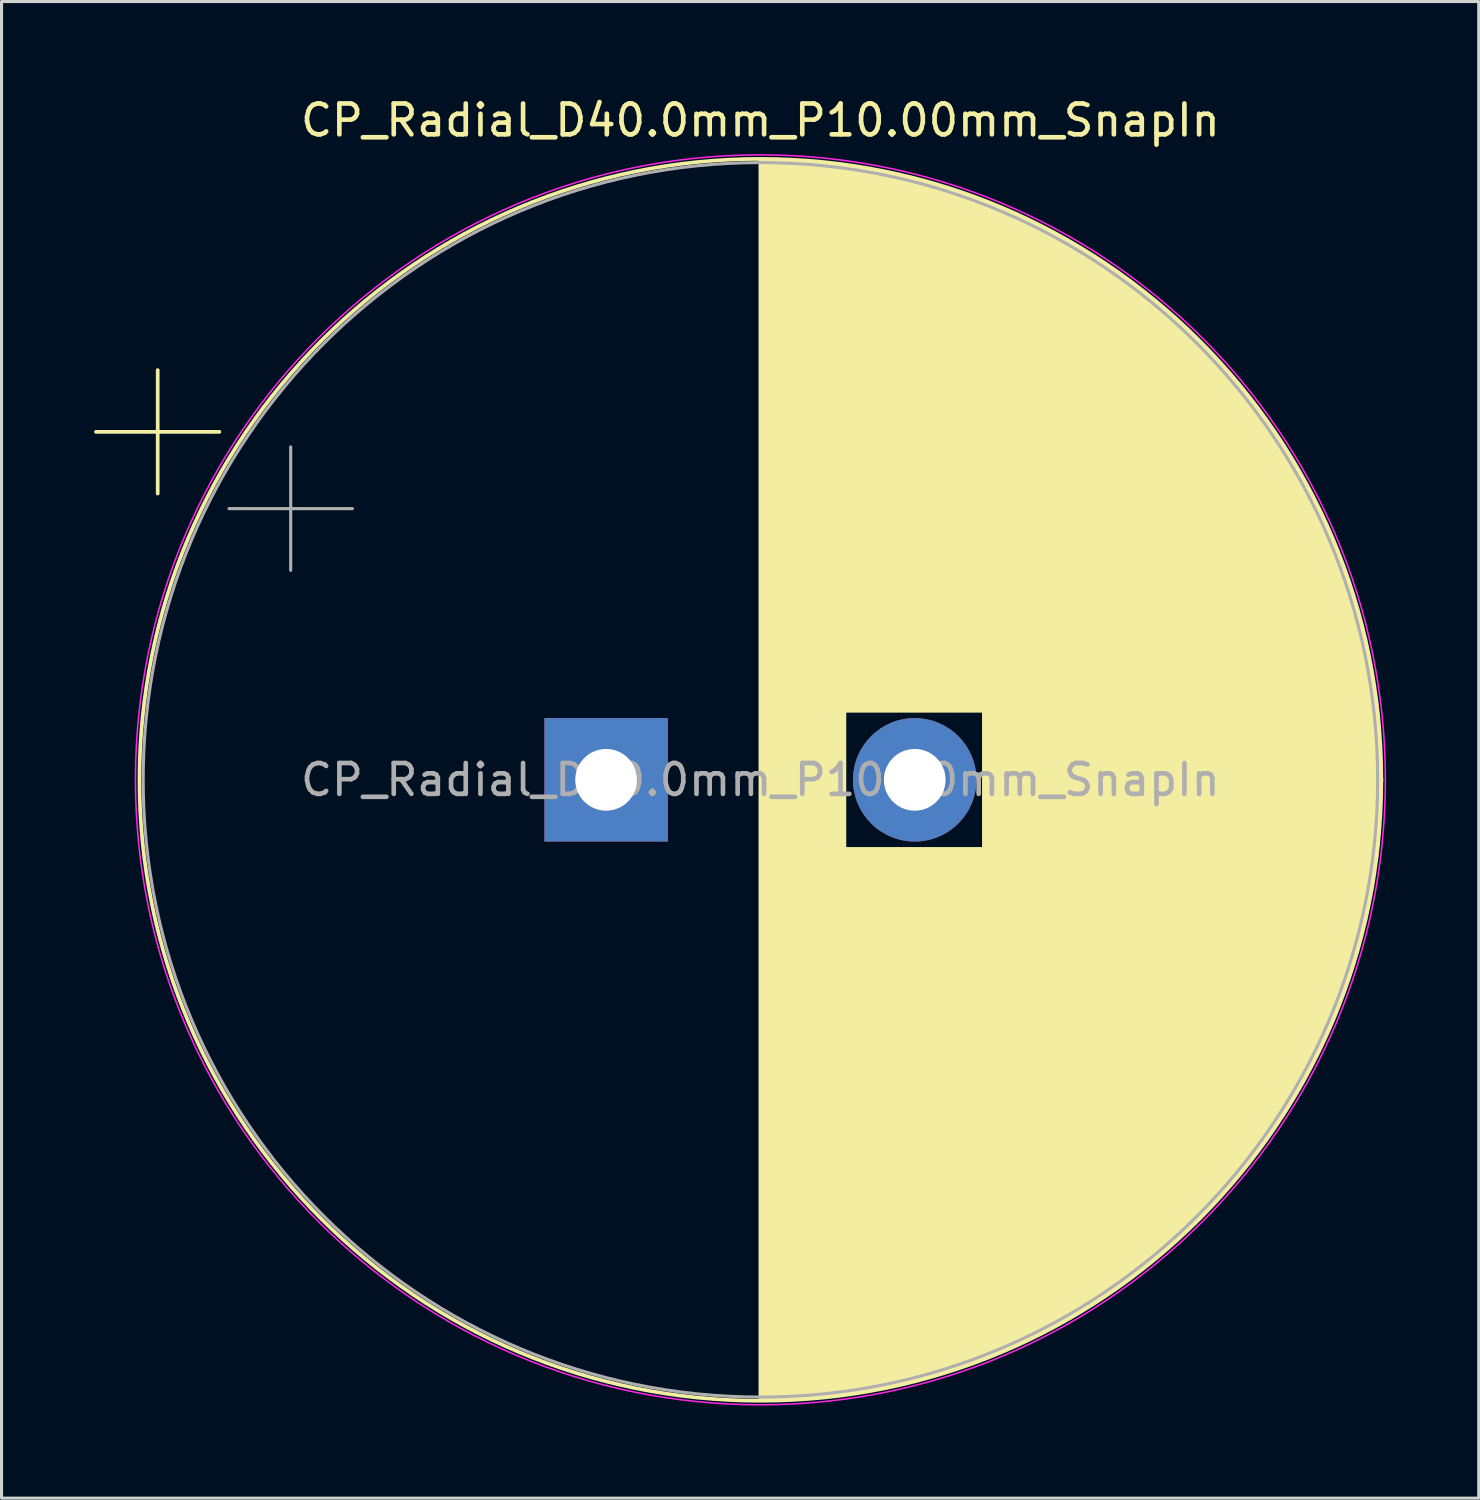
<source format=kicad_pcb>
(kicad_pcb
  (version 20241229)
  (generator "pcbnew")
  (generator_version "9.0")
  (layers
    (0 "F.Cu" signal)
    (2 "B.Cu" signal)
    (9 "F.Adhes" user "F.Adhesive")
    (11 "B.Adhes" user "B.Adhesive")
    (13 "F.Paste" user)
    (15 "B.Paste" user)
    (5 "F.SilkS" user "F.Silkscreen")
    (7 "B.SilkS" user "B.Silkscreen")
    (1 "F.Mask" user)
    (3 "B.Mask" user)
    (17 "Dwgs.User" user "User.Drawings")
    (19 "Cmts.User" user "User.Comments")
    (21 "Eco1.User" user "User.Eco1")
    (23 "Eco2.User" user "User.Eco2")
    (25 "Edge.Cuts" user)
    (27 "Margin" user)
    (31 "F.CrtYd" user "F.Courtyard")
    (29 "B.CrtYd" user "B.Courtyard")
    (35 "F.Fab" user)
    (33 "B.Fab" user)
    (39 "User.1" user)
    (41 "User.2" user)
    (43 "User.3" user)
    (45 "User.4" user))
  (footprint "CP_Radial_D40.0mm_P10.00mm_SnapIn"
    (layer "F.Cu")
    (at 16.589 22.218)
    (property "Reference" "CP_Radial_D40.0mm_P10.00mm_SnapIn" (at 5 -21.37 0) (layer "F.SilkS") (effects (font (size 1 1) (thickness 0.15))))
    (attr through_hole)
    (fp_line (start -16.529 -11.275) (end -12.529 -11.275) (stroke (width 0.12) (type solid)) (layer "F.SilkS"))
    (fp_line (start -14.529 -13.275) (end -14.529 -9.275) (stroke (width 0.12) (type solid)) (layer "F.SilkS"))
    (fp_line (start 5 -20.08) (end 5 20.08) (stroke (width 0.12) (type solid)) (layer "F.SilkS"))
    (fp_line (start 5.04 -20.08) (end 5.04 20.08) (stroke (width 0.12) (type solid)) (layer "F.SilkS"))
    (fp_line (start 5.08 -20.08) (end 5.08 20.08) (stroke (width 0.12) (type solid)) (layer "F.SilkS"))
    (fp_line (start 5.12 -20.08) (end 5.12 20.08) (stroke (width 0.12) (type solid)) (layer "F.SilkS"))
    (fp_line (start 5.16 -20.08) (end 5.16 20.08) (stroke (width 0.12) (type solid)) (layer "F.SilkS"))
    (fp_line (start 5.2 -20.08) (end 5.2 20.08) (stroke (width 0.12) (type solid)) (layer "F.SilkS"))
    (fp_line (start 5.24 -20.079) (end 5.24 20.079) (stroke (width 0.12) (type solid)) (layer "F.SilkS"))
    (fp_line (start 5.28 -20.079) (end 5.28 20.079) (stroke (width 0.12) (type solid)) (layer "F.SilkS"))
    (fp_line (start 5.32 -20.078) (end 5.32 20.078) (stroke (width 0.12) (type solid)) (layer "F.SilkS"))
    (fp_line (start 5.36 -20.077) (end 5.36 20.077) (stroke (width 0.12) (type solid)) (layer "F.SilkS"))
    (fp_line (start 5.4 -20.077) (end 5.4 20.077) (stroke (width 0.12) (type solid)) (layer "F.SilkS"))
    (fp_line (start 5.44 -20.076) (end 5.44 20.076) (stroke (width 0.12) (type solid)) (layer "F.SilkS"))
    (fp_line (start 5.48 -20.075) (end 5.48 20.075) (stroke (width 0.12) (type solid)) (layer "F.SilkS"))
    (fp_line (start 5.52 -20.074) (end 5.52 20.074) (stroke (width 0.12) (type solid)) (layer "F.SilkS"))
    (fp_line (start 5.56 -20.073) (end 5.56 20.073) (stroke (width 0.12) (type solid)) (layer "F.SilkS"))
    (fp_line (start 5.6 -20.072) (end 5.6 20.072) (stroke (width 0.12) (type solid)) (layer "F.SilkS"))
    (fp_line (start 5.64 -20.07) (end 5.64 20.07) (stroke (width 0.12) (type solid)) (layer "F.SilkS"))
    (fp_line (start 5.68 -20.069) (end 5.68 20.069) (stroke (width 0.12) (type solid)) (layer "F.SilkS"))
    (fp_line (start 5.721 -20.068) (end 5.721 20.068) (stroke (width 0.12) (type solid)) (layer "F.SilkS"))
    (fp_line (start 5.761 -20.066) (end 5.761 20.066) (stroke (width 0.12) (type solid)) (layer "F.SilkS"))
    (fp_line (start 5.801 -20.065) (end 5.801 20.065) (stroke (width 0.12) (type solid)) (layer "F.SilkS"))
    (fp_line (start 5.841 -20.063) (end 5.841 20.063) (stroke (width 0.12) (type solid)) (layer "F.SilkS"))
    (fp_line (start 5.881 -20.061) (end 5.881 20.061) (stroke (width 0.12) (type solid)) (layer "F.SilkS"))
    (fp_line (start 5.921 -20.059) (end 5.921 20.059) (stroke (width 0.12) (type solid)) (layer "F.SilkS"))
    (fp_line (start 5.961 -20.058) (end 5.961 20.058) (stroke (width 0.12) (type solid)) (layer "F.SilkS"))
    (fp_line (start 6.001 -20.056) (end 6.001 20.056) (stroke (width 0.12) (type solid)) (layer "F.SilkS"))
    (fp_line (start 6.041 -20.054) (end 6.041 20.054) (stroke (width 0.12) (type solid)) (layer "F.SilkS"))
    (fp_line (start 6.081 -20.051) (end 6.081 20.051) (stroke (width 0.12) (type solid)) (layer "F.SilkS"))
    (fp_line (start 6.121 -20.049) (end 6.121 20.049) (stroke (width 0.12) (type solid)) (layer "F.SilkS"))
    (fp_line (start 6.161 -20.047) (end 6.161 20.047) (stroke (width 0.12) (type solid)) (layer "F.SilkS"))
    (fp_line (start 6.201 -20.045) (end 6.201 20.045) (stroke (width 0.12) (type solid)) (layer "F.SilkS"))
    (fp_line (start 6.241 -20.042) (end 6.241 20.042) (stroke (width 0.12) (type solid)) (layer "F.SilkS"))
    (fp_line (start 6.281 -20.04) (end 6.281 20.04) (stroke (width 0.12) (type solid)) (layer "F.SilkS"))
    (fp_line (start 6.321 -20.037) (end 6.321 20.037) (stroke (width 0.12) (type solid)) (layer "F.SilkS"))
    (fp_line (start 6.361 -20.034) (end 6.361 20.034) (stroke (width 0.12) (type solid)) (layer "F.SilkS"))
    (fp_line (start 6.401 -20.032) (end 6.401 20.032) (stroke (width 0.12) (type solid)) (layer "F.SilkS"))
    (fp_line (start 6.441 -20.029) (end 6.441 20.029) (stroke (width 0.12) (type solid)) (layer "F.SilkS"))
    (fp_line (start 6.481 -20.026) (end 6.481 20.026) (stroke (width 0.12) (type solid)) (layer "F.SilkS"))
    (fp_line (start 6.521 -20.023) (end 6.521 20.023) (stroke (width 0.12) (type solid)) (layer "F.SilkS"))
    (fp_line (start 6.561 -20.02) (end 6.561 20.02) (stroke (width 0.12) (type solid)) (layer "F.SilkS"))
    (fp_line (start 6.601 -20.017) (end 6.601 20.017) (stroke (width 0.12) (type solid)) (layer "F.SilkS"))
    (fp_line (start 6.641 -20.014) (end 6.641 20.014) (stroke (width 0.12) (type solid)) (layer "F.SilkS"))
    (fp_line (start 6.681 -20.01) (end 6.681 20.01) (stroke (width 0.12) (type solid)) (layer "F.SilkS"))
    (fp_line (start 6.721 -20.007) (end 6.721 20.007) (stroke (width 0.12) (type solid)) (layer "F.SilkS"))
    (fp_line (start 6.761 -20.003) (end 6.761 20.003) (stroke (width 0.12) (type solid)) (layer "F.SilkS"))
    (fp_line (start 6.801 -20) (end 6.801 20) (stroke (width 0.12) (type solid)) (layer "F.SilkS"))
    (fp_line (start 6.841 -19.996) (end 6.841 19.996) (stroke (width 0.12) (type solid)) (layer "F.SilkS"))
    (fp_line (start 6.881 -19.992) (end 6.881 19.992) (stroke (width 0.12) (type solid)) (layer "F.SilkS"))
    (fp_line (start 6.921 -19.989) (end 6.921 19.989) (stroke (width 0.12) (type solid)) (layer "F.SilkS"))
    (fp_line (start 6.961 -19.985) (end 6.961 19.985) (stroke (width 0.12) (type solid)) (layer "F.SilkS"))
    (fp_line (start 7.001 -19.981) (end 7.001 19.981) (stroke (width 0.12) (type solid)) (layer "F.SilkS"))
    (fp_line (start 7.041 -19.977) (end 7.041 19.977) (stroke (width 0.12) (type solid)) (layer "F.SilkS"))
    (fp_line (start 7.081 -19.973) (end 7.081 19.973) (stroke (width 0.12) (type solid)) (layer "F.SilkS"))
    (fp_line (start 7.121 -19.968) (end 7.121 19.968) (stroke (width 0.12) (type solid)) (layer "F.SilkS"))
    (fp_line (start 7.161 -19.964) (end 7.161 19.964) (stroke (width 0.12) (type solid)) (layer "F.SilkS"))
    (fp_line (start 7.201 -19.96) (end 7.201 19.96) (stroke (width 0.12) (type solid)) (layer "F.SilkS"))
    (fp_line (start 7.241 -19.955) (end 7.241 19.955) (stroke (width 0.12) (type solid)) (layer "F.SilkS"))
    (fp_line (start 7.281 -19.951) (end 7.281 19.951) (stroke (width 0.12) (type solid)) (layer "F.SilkS"))
    (fp_line (start 7.321 -19.946) (end 7.321 19.946) (stroke (width 0.12) (type solid)) (layer "F.SilkS"))
    (fp_line (start 7.361 -19.942) (end 7.361 19.942) (stroke (width 0.12) (type solid)) (layer "F.SilkS"))
    (fp_line (start 7.401 -19.937) (end 7.401 19.937) (stroke (width 0.12) (type solid)) (layer "F.SilkS"))
    (fp_line (start 7.441 -19.932) (end 7.441 19.932) (stroke (width 0.12) (type solid)) (layer "F.SilkS"))
    (fp_line (start 7.481 -19.927) (end 7.481 19.927) (stroke (width 0.12) (type solid)) (layer "F.SilkS"))
    (fp_line (start 7.521 -19.922) (end 7.521 19.922) (stroke (width 0.12) (type solid)) (layer "F.SilkS"))
    (fp_line (start 7.561 -19.917) (end 7.561 19.917) (stroke (width 0.12) (type solid)) (layer "F.SilkS"))
    (fp_line (start 7.601 -19.912) (end 7.601 19.912) (stroke (width 0.12) (type solid)) (layer "F.SilkS"))
    (fp_line (start 7.641 -19.907) (end 7.641 19.907) (stroke (width 0.12) (type solid)) (layer "F.SilkS"))
    (fp_line (start 7.681 -19.901) (end 7.681 19.901) (stroke (width 0.12) (type solid)) (layer "F.SilkS"))
    (fp_line (start 7.721 -19.896) (end 7.721 19.896) (stroke (width 0.12) (type solid)) (layer "F.SilkS"))
    (fp_line (start 7.761 -19.89) (end 7.761 -2.24) (stroke (width 0.12) (type solid)) (layer "F.SilkS"))
    (fp_line (start 7.761 2.24) (end 7.761 19.89) (stroke (width 0.12) (type solid)) (layer "F.SilkS"))
    (fp_line (start 7.801 -19.885) (end 7.801 -2.24) (stroke (width 0.12) (type solid)) (layer "F.SilkS"))
    (fp_line (start 7.801 2.24) (end 7.801 19.885) (stroke (width 0.12) (type solid)) (layer "F.SilkS"))
    (fp_line (start 7.841 -19.879) (end 7.841 -2.24) (stroke (width 0.12) (type solid)) (layer "F.SilkS"))
    (fp_line (start 7.841 2.24) (end 7.841 19.879) (stroke (width 0.12) (type solid)) (layer "F.SilkS"))
    (fp_line (start 7.881 -19.873) (end 7.881 -2.24) (stroke (width 0.12) (type solid)) (layer "F.SilkS"))
    (fp_line (start 7.881 2.24) (end 7.881 19.873) (stroke (width 0.12) (type solid)) (layer "F.SilkS"))
    (fp_line (start 7.921 -19.867) (end 7.921 -2.24) (stroke (width 0.12) (type solid)) (layer "F.SilkS"))
    (fp_line (start 7.921 2.24) (end 7.921 19.867) (stroke (width 0.12) (type solid)) (layer "F.SilkS"))
    (fp_line (start 7.961 -19.862) (end 7.961 -2.24) (stroke (width 0.12) (type solid)) (layer "F.SilkS"))
    (fp_line (start 7.961 2.24) (end 7.961 19.862) (stroke (width 0.12) (type solid)) (layer "F.SilkS"))
    (fp_line (start 8.001 -19.856) (end 8.001 -2.24) (stroke (width 0.12) (type solid)) (layer "F.SilkS"))
    (fp_line (start 8.001 2.24) (end 8.001 19.856) (stroke (width 0.12) (type solid)) (layer "F.SilkS"))
    (fp_line (start 8.041 -19.85) (end 8.041 -2.24) (stroke (width 0.12) (type solid)) (layer "F.SilkS"))
    (fp_line (start 8.041 2.24) (end 8.041 19.85) (stroke (width 0.12) (type solid)) (layer "F.SilkS"))
    (fp_line (start 8.081 -19.843) (end 8.081 -2.24) (stroke (width 0.12) (type solid)) (layer "F.SilkS"))
    (fp_line (start 8.081 2.24) (end 8.081 19.843) (stroke (width 0.12) (type solid)) (layer "F.SilkS"))
    (fp_line (start 8.121 -19.837) (end 8.121 -2.24) (stroke (width 0.12) (type solid)) (layer "F.SilkS"))
    (fp_line (start 8.121 2.24) (end 8.121 19.837) (stroke (width 0.12) (type solid)) (layer "F.SilkS"))
    (fp_line (start 8.161 -19.831) (end 8.161 -2.24) (stroke (width 0.12) (type solid)) (layer "F.SilkS"))
    (fp_line (start 8.161 2.24) (end 8.161 19.831) (stroke (width 0.12) (type solid)) (layer "F.SilkS"))
    (fp_line (start 8.201 -19.824) (end 8.201 -2.24) (stroke (width 0.12) (type solid)) (layer "F.SilkS"))
    (fp_line (start 8.201 2.24) (end 8.201 19.824) (stroke (width 0.12) (type solid)) (layer "F.SilkS"))
    (fp_line (start 8.241 -19.818) (end 8.241 -2.24) (stroke (width 0.12) (type solid)) (layer "F.SilkS"))
    (fp_line (start 8.241 2.24) (end 8.241 19.818) (stroke (width 0.12) (type solid)) (layer "F.SilkS"))
    (fp_line (start 8.281 -19.811) (end 8.281 -2.24) (stroke (width 0.12) (type solid)) (layer "F.SilkS"))
    (fp_line (start 8.281 2.24) (end 8.281 19.811) (stroke (width 0.12) (type solid)) (layer "F.SilkS"))
    (fp_line (start 8.321 -19.805) (end 8.321 -2.24) (stroke (width 0.12) (type solid)) (layer "F.SilkS"))
    (fp_line (start 8.321 2.24) (end 8.321 19.805) (stroke (width 0.12) (type solid)) (layer "F.SilkS"))
    (fp_line (start 8.361 -19.798) (end 8.361 -2.24) (stroke (width 0.12) (type solid)) (layer "F.SilkS"))
    (fp_line (start 8.361 2.24) (end 8.361 19.798) (stroke (width 0.12) (type solid)) (layer "F.SilkS"))
    (fp_line (start 8.401 -19.791) (end 8.401 -2.24) (stroke (width 0.12) (type solid)) (layer "F.SilkS"))
    (fp_line (start 8.401 2.24) (end 8.401 19.791) (stroke (width 0.12) (type solid)) (layer "F.SilkS"))
    (fp_line (start 8.441 -19.784) (end 8.441 -2.24) (stroke (width 0.12) (type solid)) (layer "F.SilkS"))
    (fp_line (start 8.441 2.24) (end 8.441 19.784) (stroke (width 0.12) (type solid)) (layer "F.SilkS"))
    (fp_line (start 8.481 -19.777) (end 8.481 -2.24) (stroke (width 0.12) (type solid)) (layer "F.SilkS"))
    (fp_line (start 8.481 2.24) (end 8.481 19.777) (stroke (width 0.12) (type solid)) (layer "F.SilkS"))
    (fp_line (start 8.521 -19.77) (end 8.521 -2.24) (stroke (width 0.12) (type solid)) (layer "F.SilkS"))
    (fp_line (start 8.521 2.24) (end 8.521 19.77) (stroke (width 0.12) (type solid)) (layer "F.SilkS"))
    (fp_line (start 8.561 -19.763) (end 8.561 -2.24) (stroke (width 0.12) (type solid)) (layer "F.SilkS"))
    (fp_line (start 8.561 2.24) (end 8.561 19.763) (stroke (width 0.12) (type solid)) (layer "F.SilkS"))
    (fp_line (start 8.601 -19.756) (end 8.601 -2.24) (stroke (width 0.12) (type solid)) (layer "F.SilkS"))
    (fp_line (start 8.601 2.24) (end 8.601 19.756) (stroke (width 0.12) (type solid)) (layer "F.SilkS"))
    (fp_line (start 8.641 -19.748) (end 8.641 -2.24) (stroke (width 0.12) (type solid)) (layer "F.SilkS"))
    (fp_line (start 8.641 2.24) (end 8.641 19.748) (stroke (width 0.12) (type solid)) (layer "F.SilkS"))
    (fp_line (start 8.681 -19.741) (end 8.681 -2.24) (stroke (width 0.12) (type solid)) (layer "F.SilkS"))
    (fp_line (start 8.681 2.24) (end 8.681 19.741) (stroke (width 0.12) (type solid)) (layer "F.SilkS"))
    (fp_line (start 8.721 -19.734) (end 8.721 -2.24) (stroke (width 0.12) (type solid)) (layer "F.SilkS"))
    (fp_line (start 8.721 2.24) (end 8.721 19.734) (stroke (width 0.12) (type solid)) (layer "F.SilkS"))
    (fp_line (start 8.761 -19.726) (end 8.761 -2.24) (stroke (width 0.12) (type solid)) (layer "F.SilkS"))
    (fp_line (start 8.761 2.24) (end 8.761 19.726) (stroke (width 0.12) (type solid)) (layer "F.SilkS"))
    (fp_line (start 8.801 -19.718) (end 8.801 -2.24) (stroke (width 0.12) (type solid)) (layer "F.SilkS"))
    (fp_line (start 8.801 2.24) (end 8.801 19.718) (stroke (width 0.12) (type solid)) (layer "F.SilkS"))
    (fp_line (start 8.841 -19.711) (end 8.841 -2.24) (stroke (width 0.12) (type solid)) (layer "F.SilkS"))
    (fp_line (start 8.841 2.24) (end 8.841 19.711) (stroke (width 0.12) (type solid)) (layer "F.SilkS"))
    (fp_line (start 8.881 -19.703) (end 8.881 -2.24) (stroke (width 0.12) (type solid)) (layer "F.SilkS"))
    (fp_line (start 8.881 2.24) (end 8.881 19.703) (stroke (width 0.12) (type solid)) (layer "F.SilkS"))
    (fp_line (start 8.921 -19.695) (end 8.921 -2.24) (stroke (width 0.12) (type solid)) (layer "F.SilkS"))
    (fp_line (start 8.921 2.24) (end 8.921 19.695) (stroke (width 0.12) (type solid)) (layer "F.SilkS"))
    (fp_line (start 8.961 -19.687) (end 8.961 -2.24) (stroke (width 0.12) (type solid)) (layer "F.SilkS"))
    (fp_line (start 8.961 2.24) (end 8.961 19.687) (stroke (width 0.12) (type solid)) (layer "F.SilkS"))
    (fp_line (start 9.001 -19.679) (end 9.001 -2.24) (stroke (width 0.12) (type solid)) (layer "F.SilkS"))
    (fp_line (start 9.001 2.24) (end 9.001 19.679) (stroke (width 0.12) (type solid)) (layer "F.SilkS"))
    (fp_line (start 9.041 -19.671) (end 9.041 -2.24) (stroke (width 0.12) (type solid)) (layer "F.SilkS"))
    (fp_line (start 9.041 2.24) (end 9.041 19.671) (stroke (width 0.12) (type solid)) (layer "F.SilkS"))
    (fp_line (start 9.081 -19.662) (end 9.081 -2.24) (stroke (width 0.12) (type solid)) (layer "F.SilkS"))
    (fp_line (start 9.081 2.24) (end 9.081 19.662) (stroke (width 0.12) (type solid)) (layer "F.SilkS"))
    (fp_line (start 9.121 -19.654) (end 9.121 -2.24) (stroke (width 0.12) (type solid)) (layer "F.SilkS"))
    (fp_line (start 9.121 2.24) (end 9.121 19.654) (stroke (width 0.12) (type solid)) (layer "F.SilkS"))
    (fp_line (start 9.161 -19.646) (end 9.161 -2.24) (stroke (width 0.12) (type solid)) (layer "F.SilkS"))
    (fp_line (start 9.161 2.24) (end 9.161 19.646) (stroke (width 0.12) (type solid)) (layer "F.SilkS"))
    (fp_line (start 9.201 -19.637) (end 9.201 -2.24) (stroke (width 0.12) (type solid)) (layer "F.SilkS"))
    (fp_line (start 9.201 2.24) (end 9.201 19.637) (stroke (width 0.12) (type solid)) (layer "F.SilkS"))
    (fp_line (start 9.241 -19.629) (end 9.241 -2.24) (stroke (width 0.12) (type solid)) (layer "F.SilkS"))
    (fp_line (start 9.241 2.24) (end 9.241 19.629) (stroke (width 0.12) (type solid)) (layer "F.SilkS"))
    (fp_line (start 9.281 -19.62) (end 9.281 -2.24) (stroke (width 0.12) (type solid)) (layer "F.SilkS"))
    (fp_line (start 9.281 2.24) (end 9.281 19.62) (stroke (width 0.12) (type solid)) (layer "F.SilkS"))
    (fp_line (start 9.321 -19.611) (end 9.321 -2.24) (stroke (width 0.12) (type solid)) (layer "F.SilkS"))
    (fp_line (start 9.321 2.24) (end 9.321 19.611) (stroke (width 0.12) (type solid)) (layer "F.SilkS"))
    (fp_line (start 9.361 -19.602) (end 9.361 -2.24) (stroke (width 0.12) (type solid)) (layer "F.SilkS"))
    (fp_line (start 9.361 2.24) (end 9.361 19.602) (stroke (width 0.12) (type solid)) (layer "F.SilkS"))
    (fp_line (start 9.401 -19.593) (end 9.401 -2.24) (stroke (width 0.12) (type solid)) (layer "F.SilkS"))
    (fp_line (start 9.401 2.24) (end 9.401 19.593) (stroke (width 0.12) (type solid)) (layer "F.SilkS"))
    (fp_line (start 9.441 -19.584) (end 9.441 -2.24) (stroke (width 0.12) (type solid)) (layer "F.SilkS"))
    (fp_line (start 9.441 2.24) (end 9.441 19.584) (stroke (width 0.12) (type solid)) (layer "F.SilkS"))
    (fp_line (start 9.481 -19.575) (end 9.481 -2.24) (stroke (width 0.12) (type solid)) (layer "F.SilkS"))
    (fp_line (start 9.481 2.24) (end 9.481 19.575) (stroke (width 0.12) (type solid)) (layer "F.SilkS"))
    (fp_line (start 9.521 -19.566) (end 9.521 -2.24) (stroke (width 0.12) (type solid)) (layer "F.SilkS"))
    (fp_line (start 9.521 2.24) (end 9.521 19.566) (stroke (width 0.12) (type solid)) (layer "F.SilkS"))
    (fp_line (start 9.561 -19.557) (end 9.561 -2.24) (stroke (width 0.12) (type solid)) (layer "F.SilkS"))
    (fp_line (start 9.561 2.24) (end 9.561 19.557) (stroke (width 0.12) (type solid)) (layer "F.SilkS"))
    (fp_line (start 9.601 -19.548) (end 9.601 -2.24) (stroke (width 0.12) (type solid)) (layer "F.SilkS"))
    (fp_line (start 9.601 2.24) (end 9.601 19.548) (stroke (width 0.12) (type solid)) (layer "F.SilkS"))
    (fp_line (start 9.641 -19.538) (end 9.641 -2.24) (stroke (width 0.12) (type solid)) (layer "F.SilkS"))
    (fp_line (start 9.641 2.24) (end 9.641 19.538) (stroke (width 0.12) (type solid)) (layer "F.SilkS"))
    (fp_line (start 9.681 -19.529) (end 9.681 -2.24) (stroke (width 0.12) (type solid)) (layer "F.SilkS"))
    (fp_line (start 9.681 2.24) (end 9.681 19.529) (stroke (width 0.12) (type solid)) (layer "F.SilkS"))
    (fp_line (start 9.721 -19.519) (end 9.721 -2.24) (stroke (width 0.12) (type solid)) (layer "F.SilkS"))
    (fp_line (start 9.721 2.24) (end 9.721 19.519) (stroke (width 0.12) (type solid)) (layer "F.SilkS"))
    (fp_line (start 9.761 -19.509) (end 9.761 -2.24) (stroke (width 0.12) (type solid)) (layer "F.SilkS"))
    (fp_line (start 9.761 2.24) (end 9.761 19.509) (stroke (width 0.12) (type solid)) (layer "F.SilkS"))
    (fp_line (start 9.801 -19.5) (end 9.801 -2.24) (stroke (width 0.12) (type solid)) (layer "F.SilkS"))
    (fp_line (start 9.801 2.24) (end 9.801 19.5) (stroke (width 0.12) (type solid)) (layer "F.SilkS"))
    (fp_line (start 9.841 -19.49) (end 9.841 -2.24) (stroke (width 0.12) (type solid)) (layer "F.SilkS"))
    (fp_line (start 9.841 2.24) (end 9.841 19.49) (stroke (width 0.12) (type solid)) (layer "F.SilkS"))
    (fp_line (start 9.881 -19.48) (end 9.881 -2.24) (stroke (width 0.12) (type solid)) (layer "F.SilkS"))
    (fp_line (start 9.881 2.24) (end 9.881 19.48) (stroke (width 0.12) (type solid)) (layer "F.SilkS"))
    (fp_line (start 9.921 -19.47) (end 9.921 -2.24) (stroke (width 0.12) (type solid)) (layer "F.SilkS"))
    (fp_line (start 9.921 2.24) (end 9.921 19.47) (stroke (width 0.12) (type solid)) (layer "F.SilkS"))
    (fp_line (start 9.961 -19.46) (end 9.961 -2.24) (stroke (width 0.12) (type solid)) (layer "F.SilkS"))
    (fp_line (start 9.961 2.24) (end 9.961 19.46) (stroke (width 0.12) (type solid)) (layer "F.SilkS"))
    (fp_line (start 10.001 -19.449) (end 10.001 -2.24) (stroke (width 0.12) (type solid)) (layer "F.SilkS"))
    (fp_line (start 10.001 2.24) (end 10.001 19.449) (stroke (width 0.12) (type solid)) (layer "F.SilkS"))
    (fp_line (start 10.041 -19.439) (end 10.041 -2.24) (stroke (width 0.12) (type solid)) (layer "F.SilkS"))
    (fp_line (start 10.041 2.24) (end 10.041 19.439) (stroke (width 0.12) (type solid)) (layer "F.SilkS"))
    (fp_line (start 10.081 -19.429) (end 10.081 -2.24) (stroke (width 0.12) (type solid)) (layer "F.SilkS"))
    (fp_line (start 10.081 2.24) (end 10.081 19.429) (stroke (width 0.12) (type solid)) (layer "F.SilkS"))
    (fp_line (start 10.121 -19.418) (end 10.121 -2.24) (stroke (width 0.12) (type solid)) (layer "F.SilkS"))
    (fp_line (start 10.121 2.24) (end 10.121 19.418) (stroke (width 0.12) (type solid)) (layer "F.SilkS"))
    (fp_line (start 10.161 -19.408) (end 10.161 -2.24) (stroke (width 0.12) (type solid)) (layer "F.SilkS"))
    (fp_line (start 10.161 2.24) (end 10.161 19.408) (stroke (width 0.12) (type solid)) (layer "F.SilkS"))
    (fp_line (start 10.201 -19.397) (end 10.201 -2.24) (stroke (width 0.12) (type solid)) (layer "F.SilkS"))
    (fp_line (start 10.201 2.24) (end 10.201 19.397) (stroke (width 0.12) (type solid)) (layer "F.SilkS"))
    (fp_line (start 10.241 -19.386) (end 10.241 -2.24) (stroke (width 0.12) (type solid)) (layer "F.SilkS"))
    (fp_line (start 10.241 2.24) (end 10.241 19.386) (stroke (width 0.12) (type solid)) (layer "F.SilkS"))
    (fp_line (start 10.281 -19.375) (end 10.281 -2.24) (stroke (width 0.12) (type solid)) (layer "F.SilkS"))
    (fp_line (start 10.281 2.24) (end 10.281 19.375) (stroke (width 0.12) (type solid)) (layer "F.SilkS"))
    (fp_line (start 10.321 -19.364) (end 10.321 -2.24) (stroke (width 0.12) (type solid)) (layer "F.SilkS"))
    (fp_line (start 10.321 2.24) (end 10.321 19.364) (stroke (width 0.12) (type solid)) (layer "F.SilkS"))
    (fp_line (start 10.361 -19.353) (end 10.361 -2.24) (stroke (width 0.12) (type solid)) (layer "F.SilkS"))
    (fp_line (start 10.361 2.24) (end 10.361 19.353) (stroke (width 0.12) (type solid)) (layer "F.SilkS"))
    (fp_line (start 10.401 -19.342) (end 10.401 -2.24) (stroke (width 0.12) (type solid)) (layer "F.SilkS"))
    (fp_line (start 10.401 2.24) (end 10.401 19.342) (stroke (width 0.12) (type solid)) (layer "F.SilkS"))
    (fp_line (start 10.441 -19.331) (end 10.441 -2.24) (stroke (width 0.12) (type solid)) (layer "F.SilkS"))
    (fp_line (start 10.441 2.24) (end 10.441 19.331) (stroke (width 0.12) (type solid)) (layer "F.SilkS"))
    (fp_line (start 10.481 -19.32) (end 10.481 -2.24) (stroke (width 0.12) (type solid)) (layer "F.SilkS"))
    (fp_line (start 10.481 2.24) (end 10.481 19.32) (stroke (width 0.12) (type solid)) (layer "F.SilkS"))
    (fp_line (start 10.521 -19.308) (end 10.521 -2.24) (stroke (width 0.12) (type solid)) (layer "F.SilkS"))
    (fp_line (start 10.521 2.24) (end 10.521 19.308) (stroke (width 0.12) (type solid)) (layer "F.SilkS"))
    (fp_line (start 10.561 -19.297) (end 10.561 -2.24) (stroke (width 0.12) (type solid)) (layer "F.SilkS"))
    (fp_line (start 10.561 2.24) (end 10.561 19.297) (stroke (width 0.12) (type solid)) (layer "F.SilkS"))
    (fp_line (start 10.601 -19.285) (end 10.601 -2.24) (stroke (width 0.12) (type solid)) (layer "F.SilkS"))
    (fp_line (start 10.601 2.24) (end 10.601 19.285) (stroke (width 0.12) (type solid)) (layer "F.SilkS"))
    (fp_line (start 10.641 -19.274) (end 10.641 -2.24) (stroke (width 0.12) (type solid)) (layer "F.SilkS"))
    (fp_line (start 10.641 2.24) (end 10.641 19.274) (stroke (width 0.12) (type solid)) (layer "F.SilkS"))
    (fp_line (start 10.681 -19.262) (end 10.681 -2.24) (stroke (width 0.12) (type solid)) (layer "F.SilkS"))
    (fp_line (start 10.681 2.24) (end 10.681 19.262) (stroke (width 0.12) (type solid)) (layer "F.SilkS"))
    (fp_line (start 10.721 -19.25) (end 10.721 -2.24) (stroke (width 0.12) (type solid)) (layer "F.SilkS"))
    (fp_line (start 10.721 2.24) (end 10.721 19.25) (stroke (width 0.12) (type solid)) (layer "F.SilkS"))
    (fp_line (start 10.761 -19.238) (end 10.761 -2.24) (stroke (width 0.12) (type solid)) (layer "F.SilkS"))
    (fp_line (start 10.761 2.24) (end 10.761 19.238) (stroke (width 0.12) (type solid)) (layer "F.SilkS"))
    (fp_line (start 10.801 -19.226) (end 10.801 -2.24) (stroke (width 0.12) (type solid)) (layer "F.SilkS"))
    (fp_line (start 10.801 2.24) (end 10.801 19.226) (stroke (width 0.12) (type solid)) (layer "F.SilkS"))
    (fp_line (start 10.841 -19.214) (end 10.841 -2.24) (stroke (width 0.12) (type solid)) (layer "F.SilkS"))
    (fp_line (start 10.841 2.24) (end 10.841 19.214) (stroke (width 0.12) (type solid)) (layer "F.SilkS"))
    (fp_line (start 10.881 -19.202) (end 10.881 -2.24) (stroke (width 0.12) (type solid)) (layer "F.SilkS"))
    (fp_line (start 10.881 2.24) (end 10.881 19.202) (stroke (width 0.12) (type solid)) (layer "F.SilkS"))
    (fp_line (start 10.921 -19.19) (end 10.921 -2.24) (stroke (width 0.12) (type solid)) (layer "F.SilkS"))
    (fp_line (start 10.921 2.24) (end 10.921 19.19) (stroke (width 0.12) (type solid)) (layer "F.SilkS"))
    (fp_line (start 10.961 -19.177) (end 10.961 -2.24) (stroke (width 0.12) (type solid)) (layer "F.SilkS"))
    (fp_line (start 10.961 2.24) (end 10.961 19.177) (stroke (width 0.12) (type solid)) (layer "F.SilkS"))
    (fp_line (start 11.001 -19.165) (end 11.001 -2.24) (stroke (width 0.12) (type solid)) (layer "F.SilkS"))
    (fp_line (start 11.001 2.24) (end 11.001 19.165) (stroke (width 0.12) (type solid)) (layer "F.SilkS"))
    (fp_line (start 11.041 -19.152) (end 11.041 -2.24) (stroke (width 0.12) (type solid)) (layer "F.SilkS"))
    (fp_line (start 11.041 2.24) (end 11.041 19.152) (stroke (width 0.12) (type solid)) (layer "F.SilkS"))
    (fp_line (start 11.081 -19.14) (end 11.081 -2.24) (stroke (width 0.12) (type solid)) (layer "F.SilkS"))
    (fp_line (start 11.081 2.24) (end 11.081 19.14) (stroke (width 0.12) (type solid)) (layer "F.SilkS"))
    (fp_line (start 11.121 -19.127) (end 11.121 -2.24) (stroke (width 0.12) (type solid)) (layer "F.SilkS"))
    (fp_line (start 11.121 2.24) (end 11.121 19.127) (stroke (width 0.12) (type solid)) (layer "F.SilkS"))
    (fp_line (start 11.161 -19.114) (end 11.161 -2.24) (stroke (width 0.12) (type solid)) (layer "F.SilkS"))
    (fp_line (start 11.161 2.24) (end 11.161 19.114) (stroke (width 0.12) (type solid)) (layer "F.SilkS"))
    (fp_line (start 11.201 -19.101) (end 11.201 -2.24) (stroke (width 0.12) (type solid)) (layer "F.SilkS"))
    (fp_line (start 11.201 2.24) (end 11.201 19.101) (stroke (width 0.12) (type solid)) (layer "F.SilkS"))
    (fp_line (start 11.241 -19.088) (end 11.241 -2.24) (stroke (width 0.12) (type solid)) (layer "F.SilkS"))
    (fp_line (start 11.241 2.24) (end 11.241 19.088) (stroke (width 0.12) (type solid)) (layer "F.SilkS"))
    (fp_line (start 11.281 -19.075) (end 11.281 -2.24) (stroke (width 0.12) (type solid)) (layer "F.SilkS"))
    (fp_line (start 11.281 2.24) (end 11.281 19.075) (stroke (width 0.12) (type solid)) (layer "F.SilkS"))
    (fp_line (start 11.321 -19.062) (end 11.321 -2.24) (stroke (width 0.12) (type solid)) (layer "F.SilkS"))
    (fp_line (start 11.321 2.24) (end 11.321 19.062) (stroke (width 0.12) (type solid)) (layer "F.SilkS"))
    (fp_line (start 11.361 -19.049) (end 11.361 -2.24) (stroke (width 0.12) (type solid)) (layer "F.SilkS"))
    (fp_line (start 11.361 2.24) (end 11.361 19.049) (stroke (width 0.12) (type solid)) (layer "F.SilkS"))
    (fp_line (start 11.401 -19.035) (end 11.401 -2.24) (stroke (width 0.12) (type solid)) (layer "F.SilkS"))
    (fp_line (start 11.401 2.24) (end 11.401 19.035) (stroke (width 0.12) (type solid)) (layer "F.SilkS"))
    (fp_line (start 11.441 -19.022) (end 11.441 -2.24) (stroke (width 0.12) (type solid)) (layer "F.SilkS"))
    (fp_line (start 11.441 2.24) (end 11.441 19.022) (stroke (width 0.12) (type solid)) (layer "F.SilkS"))
    (fp_line (start 11.481 -19.008) (end 11.481 -2.24) (stroke (width 0.12) (type solid)) (layer "F.SilkS"))
    (fp_line (start 11.481 2.24) (end 11.481 19.008) (stroke (width 0.12) (type solid)) (layer "F.SilkS"))
    (fp_line (start 11.521 -18.995) (end 11.521 -2.24) (stroke (width 0.12) (type solid)) (layer "F.SilkS"))
    (fp_line (start 11.521 2.24) (end 11.521 18.995) (stroke (width 0.12) (type solid)) (layer "F.SilkS"))
    (fp_line (start 11.561 -18.981) (end 11.561 -2.24) (stroke (width 0.12) (type solid)) (layer "F.SilkS"))
    (fp_line (start 11.561 2.24) (end 11.561 18.981) (stroke (width 0.12) (type solid)) (layer "F.SilkS"))
    (fp_line (start 11.601 -18.967) (end 11.601 -2.24) (stroke (width 0.12) (type solid)) (layer "F.SilkS"))
    (fp_line (start 11.601 2.24) (end 11.601 18.967) (stroke (width 0.12) (type solid)) (layer "F.SilkS"))
    (fp_line (start 11.641 -18.953) (end 11.641 -2.24) (stroke (width 0.12) (type solid)) (layer "F.SilkS"))
    (fp_line (start 11.641 2.24) (end 11.641 18.953) (stroke (width 0.12) (type solid)) (layer "F.SilkS"))
    (fp_line (start 11.681 -18.939) (end 11.681 -2.24) (stroke (width 0.12) (type solid)) (layer "F.SilkS"))
    (fp_line (start 11.681 2.24) (end 11.681 18.939) (stroke (width 0.12) (type solid)) (layer "F.SilkS"))
    (fp_line (start 11.721 -18.925) (end 11.721 -2.24) (stroke (width 0.12) (type solid)) (layer "F.SilkS"))
    (fp_line (start 11.721 2.24) (end 11.721 18.925) (stroke (width 0.12) (type solid)) (layer "F.SilkS"))
    (fp_line (start 11.761 -18.911) (end 11.761 -2.24) (stroke (width 0.12) (type solid)) (layer "F.SilkS"))
    (fp_line (start 11.761 2.24) (end 11.761 18.911) (stroke (width 0.12) (type solid)) (layer "F.SilkS"))
    (fp_line (start 11.801 -18.897) (end 11.801 -2.24) (stroke (width 0.12) (type solid)) (layer "F.SilkS"))
    (fp_line (start 11.801 2.24) (end 11.801 18.897) (stroke (width 0.12) (type solid)) (layer "F.SilkS"))
    (fp_line (start 11.841 -18.882) (end 11.841 -2.24) (stroke (width 0.12) (type solid)) (layer "F.SilkS"))
    (fp_line (start 11.841 2.24) (end 11.841 18.882) (stroke (width 0.12) (type solid)) (layer "F.SilkS"))
    (fp_line (start 11.881 -18.868) (end 11.881 -2.24) (stroke (width 0.12) (type solid)) (layer "F.SilkS"))
    (fp_line (start 11.881 2.24) (end 11.881 18.868) (stroke (width 0.12) (type solid)) (layer "F.SilkS"))
    (fp_line (start 11.921 -18.853) (end 11.921 -2.24) (stroke (width 0.12) (type solid)) (layer "F.SilkS"))
    (fp_line (start 11.921 2.24) (end 11.921 18.853) (stroke (width 0.12) (type solid)) (layer "F.SilkS"))
    (fp_line (start 11.961 -18.838) (end 11.961 -2.24) (stroke (width 0.12) (type solid)) (layer "F.SilkS"))
    (fp_line (start 11.961 2.24) (end 11.961 18.838) (stroke (width 0.12) (type solid)) (layer "F.SilkS"))
    (fp_line (start 12.001 -18.824) (end 12.001 -2.24) (stroke (width 0.12) (type solid)) (layer "F.SilkS"))
    (fp_line (start 12.001 2.24) (end 12.001 18.824) (stroke (width 0.12) (type solid)) (layer "F.SilkS"))
    (fp_line (start 12.041 -18.809) (end 12.041 -2.24) (stroke (width 0.12) (type solid)) (layer "F.SilkS"))
    (fp_line (start 12.041 2.24) (end 12.041 18.809) (stroke (width 0.12) (type solid)) (layer "F.SilkS"))
    (fp_line (start 12.081 -18.794) (end 12.081 -2.24) (stroke (width 0.12) (type solid)) (layer "F.SilkS"))
    (fp_line (start 12.081 2.24) (end 12.081 18.794) (stroke (width 0.12) (type solid)) (layer "F.SilkS"))
    (fp_line (start 12.121 -18.779) (end 12.121 -2.24) (stroke (width 0.12) (type solid)) (layer "F.SilkS"))
    (fp_line (start 12.121 2.24) (end 12.121 18.779) (stroke (width 0.12) (type solid)) (layer "F.SilkS"))
    (fp_line (start 12.161 -18.763) (end 12.161 -2.24) (stroke (width 0.12) (type solid)) (layer "F.SilkS"))
    (fp_line (start 12.161 2.24) (end 12.161 18.763) (stroke (width 0.12) (type solid)) (layer "F.SilkS"))
    (fp_line (start 12.201 -18.748) (end 12.201 -2.24) (stroke (width 0.12) (type solid)) (layer "F.SilkS"))
    (fp_line (start 12.201 2.24) (end 12.201 18.748) (stroke (width 0.12) (type solid)) (layer "F.SilkS"))
    (fp_line (start 12.241 -18.733) (end 12.241 18.733) (stroke (width 0.12) (type solid)) (layer "F.SilkS"))
    (fp_line (start 12.281 -18.717) (end 12.281 18.717) (stroke (width 0.12) (type solid)) (layer "F.SilkS"))
    (fp_line (start 12.321 -18.702) (end 12.321 18.702) (stroke (width 0.12) (type solid)) (layer "F.SilkS"))
    (fp_line (start 12.361 -18.686) (end 12.361 18.686) (stroke (width 0.12) (type solid)) (layer "F.SilkS"))
    (fp_line (start 12.401 -18.67) (end 12.401 18.67) (stroke (width 0.12) (type solid)) (layer "F.SilkS"))
    (fp_line (start 12.441 -18.654) (end 12.441 18.654) (stroke (width 0.12) (type solid)) (layer "F.SilkS"))
    (fp_line (start 12.481 -18.638) (end 12.481 18.638) (stroke (width 0.12) (type solid)) (layer "F.SilkS"))
    (fp_line (start 12.521 -18.622) (end 12.521 18.622) (stroke (width 0.12) (type solid)) (layer "F.SilkS"))
    (fp_line (start 12.561 -18.606) (end 12.561 18.606) (stroke (width 0.12) (type solid)) (layer "F.SilkS"))
    (fp_line (start 12.601 -18.59) (end 12.601 18.59) (stroke (width 0.12) (type solid)) (layer "F.SilkS"))
    (fp_line (start 12.641 -18.574) (end 12.641 18.574) (stroke (width 0.12) (type solid)) (layer "F.SilkS"))
    (fp_line (start 12.681 -18.557) (end 12.681 18.557) (stroke (width 0.12) (type solid)) (layer "F.SilkS"))
    (fp_line (start 12.721 -18.54) (end 12.721 18.54) (stroke (width 0.12) (type solid)) (layer "F.SilkS"))
    (fp_line (start 12.761 -18.524) (end 12.761 18.524) (stroke (width 0.12) (type solid)) (layer "F.SilkS"))
    (fp_line (start 12.801 -18.507) (end 12.801 18.507) (stroke (width 0.12) (type solid)) (layer "F.SilkS"))
    (fp_line (start 12.841 -18.49) (end 12.841 18.49) (stroke (width 0.12) (type solid)) (layer "F.SilkS"))
    (fp_line (start 12.881 -18.473) (end 12.881 18.473) (stroke (width 0.12) (type solid)) (layer "F.SilkS"))
    (fp_line (start 12.921 -18.456) (end 12.921 18.456) (stroke (width 0.12) (type solid)) (layer "F.SilkS"))
    (fp_line (start 12.961 -18.439) (end 12.961 18.439) (stroke (width 0.12) (type solid)) (layer "F.SilkS"))
    (fp_line (start 13.001 -18.422) (end 13.001 18.422) (stroke (width 0.12) (type solid)) (layer "F.SilkS"))
    (fp_line (start 13.041 -18.404) (end 13.041 18.404) (stroke (width 0.12) (type solid)) (layer "F.SilkS"))
    (fp_line (start 13.081 -18.387) (end 13.081 18.387) (stroke (width 0.12) (type solid)) (layer "F.SilkS"))
    (fp_line (start 13.121 -18.369) (end 13.121 18.369) (stroke (width 0.12) (type solid)) (layer "F.SilkS"))
    (fp_line (start 13.161 -18.351) (end 13.161 18.351) (stroke (width 0.12) (type solid)) (layer "F.SilkS"))
    (fp_line (start 13.2 -18.334) (end 13.2 18.334) (stroke (width 0.12) (type solid)) (layer "F.SilkS"))
    (fp_line (start 13.24 -18.316) (end 13.24 18.316) (stroke (width 0.12) (type solid)) (layer "F.SilkS"))
    (fp_line (start 13.28 -18.298) (end 13.28 18.298) (stroke (width 0.12) (type solid)) (layer "F.SilkS"))
    (fp_line (start 13.32 -18.28) (end 13.32 18.28) (stroke (width 0.12) (type solid)) (layer "F.SilkS"))
    (fp_line (start 13.36 -18.261) (end 13.36 18.261) (stroke (width 0.12) (type solid)) (layer "F.SilkS"))
    (fp_line (start 13.4 -18.243) (end 13.4 18.243) (stroke (width 0.12) (type solid)) (layer "F.SilkS"))
    (fp_line (start 13.44 -18.225) (end 13.44 18.225) (stroke (width 0.12) (type solid)) (layer "F.SilkS"))
    (fp_line (start 13.48 -18.206) (end 13.48 18.206) (stroke (width 0.12) (type solid)) (layer "F.SilkS"))
    (fp_line (start 13.52 -18.188) (end 13.52 18.188) (stroke (width 0.12) (type solid)) (layer "F.SilkS"))
    (fp_line (start 13.56 -18.169) (end 13.56 18.169) (stroke (width 0.12) (type solid)) (layer "F.SilkS"))
    (fp_line (start 13.6 -18.15) (end 13.6 18.15) (stroke (width 0.12) (type solid)) (layer "F.SilkS"))
    (fp_line (start 13.64 -18.131) (end 13.64 18.131) (stroke (width 0.12) (type solid)) (layer "F.SilkS"))
    (fp_line (start 13.68 -18.112) (end 13.68 18.112) (stroke (width 0.12) (type solid)) (layer "F.SilkS"))
    (fp_line (start 13.72 -18.093) (end 13.72 18.093) (stroke (width 0.12) (type solid)) (layer "F.SilkS"))
    (fp_line (start 13.76 -18.073) (end 13.76 18.073) (stroke (width 0.12) (type solid)) (layer "F.SilkS"))
    (fp_line (start 13.8 -18.054) (end 13.8 18.054) (stroke (width 0.12) (type solid)) (layer "F.SilkS"))
    (fp_line (start 13.84 -18.034) (end 13.84 18.034) (stroke (width 0.12) (type solid)) (layer "F.SilkS"))
    (fp_line (start 13.88 -18.015) (end 13.88 18.015) (stroke (width 0.12) (type solid)) (layer "F.SilkS"))
    (fp_line (start 13.92 -17.995) (end 13.92 17.995) (stroke (width 0.12) (type solid)) (layer "F.SilkS"))
    (fp_line (start 13.96 -17.975) (end 13.96 17.975) (stroke (width 0.12) (type solid)) (layer "F.SilkS"))
    (fp_line (start 14 -17.955) (end 14 17.955) (stroke (width 0.12) (type solid)) (layer "F.SilkS"))
    (fp_line (start 14.04 -17.935) (end 14.04 17.935) (stroke (width 0.12) (type solid)) (layer "F.SilkS"))
    (fp_line (start 14.08 -17.915) (end 14.08 17.915) (stroke (width 0.12) (type solid)) (layer "F.SilkS"))
    (fp_line (start 14.12 -17.895) (end 14.12 17.895) (stroke (width 0.12) (type solid)) (layer "F.SilkS"))
    (fp_line (start 14.16 -17.874) (end 14.16 17.874) (stroke (width 0.12) (type solid)) (layer "F.SilkS"))
    (fp_line (start 14.2 -17.854) (end 14.2 17.854) (stroke (width 0.12) (type solid)) (layer "F.SilkS"))
    (fp_line (start 14.24 -17.833) (end 14.24 17.833) (stroke (width 0.12) (type solid)) (layer "F.SilkS"))
    (fp_line (start 14.28 -17.813) (end 14.28 17.813) (stroke (width 0.12) (type solid)) (layer "F.SilkS"))
    (fp_line (start 14.32 -17.792) (end 14.32 17.792) (stroke (width 0.12) (type solid)) (layer "F.SilkS"))
    (fp_line (start 14.36 -17.771) (end 14.36 17.771) (stroke (width 0.12) (type solid)) (layer "F.SilkS"))
    (fp_line (start 14.4 -17.75) (end 14.4 17.75) (stroke (width 0.12) (type solid)) (layer "F.SilkS"))
    (fp_line (start 14.44 -17.728) (end 14.44 17.728) (stroke (width 0.12) (type solid)) (layer "F.SilkS"))
    (fp_line (start 14.48 -17.707) (end 14.48 17.707) (stroke (width 0.12) (type solid)) (layer "F.SilkS"))
    (fp_line (start 14.52 -17.686) (end 14.52 17.686) (stroke (width 0.12) (type solid)) (layer "F.SilkS"))
    (fp_line (start 14.56 -17.664) (end 14.56 17.664) (stroke (width 0.12) (type solid)) (layer "F.SilkS"))
    (fp_line (start 14.6 -17.643) (end 14.6 17.643) (stroke (width 0.12) (type solid)) (layer "F.SilkS"))
    (fp_line (start 14.64 -17.621) (end 14.64 17.621) (stroke (width 0.12) (type solid)) (layer "F.SilkS"))
    (fp_line (start 14.68 -17.599) (end 14.68 17.599) (stroke (width 0.12) (type solid)) (layer "F.SilkS"))
    (fp_line (start 14.72 -17.577) (end 14.72 17.577) (stroke (width 0.12) (type solid)) (layer "F.SilkS"))
    (fp_line (start 14.76 -17.555) (end 14.76 17.555) (stroke (width 0.12) (type solid)) (layer "F.SilkS"))
    (fp_line (start 14.8 -17.532) (end 14.8 17.532) (stroke (width 0.12) (type solid)) (layer "F.SilkS"))
    (fp_line (start 14.84 -17.51) (end 14.84 17.51) (stroke (width 0.12) (type solid)) (layer "F.SilkS"))
    (fp_line (start 14.88 -17.488) (end 14.88 17.488) (stroke (width 0.12) (type solid)) (layer "F.SilkS"))
    (fp_line (start 14.92 -17.465) (end 14.92 17.465) (stroke (width 0.12) (type solid)) (layer "F.SilkS"))
    (fp_line (start 14.96 -17.442) (end 14.96 17.442) (stroke (width 0.12) (type solid)) (layer "F.SilkS"))
    (fp_line (start 15 -17.419) (end 15 17.419) (stroke (width 0.12) (type solid)) (layer "F.SilkS"))
    (fp_line (start 15.04 -17.396) (end 15.04 17.396) (stroke (width 0.12) (type solid)) (layer "F.SilkS"))
    (fp_line (start 15.08 -17.373) (end 15.08 17.373) (stroke (width 0.12) (type solid)) (layer "F.SilkS"))
    (fp_line (start 15.12 -17.35) (end 15.12 17.35) (stroke (width 0.12) (type solid)) (layer "F.SilkS"))
    (fp_line (start 15.16 -17.327) (end 15.16 17.327) (stroke (width 0.12) (type solid)) (layer "F.SilkS"))
    (fp_line (start 15.2 -17.303) (end 15.2 17.303) (stroke (width 0.12) (type solid)) (layer "F.SilkS"))
    (fp_line (start 15.24 -17.28) (end 15.24 17.28) (stroke (width 0.12) (type solid)) (layer "F.SilkS"))
    (fp_line (start 15.28 -17.256) (end 15.28 17.256) (stroke (width 0.12) (type solid)) (layer "F.SilkS"))
    (fp_line (start 15.32 -17.232) (end 15.32 17.232) (stroke (width 0.12) (type solid)) (layer "F.SilkS"))
    (fp_line (start 15.36 -17.208) (end 15.36 17.208) (stroke (width 0.12) (type solid)) (layer "F.SilkS"))
    (fp_line (start 15.4 -17.184) (end 15.4 17.184) (stroke (width 0.12) (type solid)) (layer "F.SilkS"))
    (fp_line (start 15.44 -17.16) (end 15.44 17.16) (stroke (width 0.12) (type solid)) (layer "F.SilkS"))
    (fp_line (start 15.48 -17.136) (end 15.48 17.136) (stroke (width 0.12) (type solid)) (layer "F.SilkS"))
    (fp_line (start 15.52 -17.111) (end 15.52 17.111) (stroke (width 0.12) (type solid)) (layer "F.SilkS"))
    (fp_line (start 15.56 -17.087) (end 15.56 17.087) (stroke (width 0.12) (type solid)) (layer "F.SilkS"))
    (fp_line (start 15.6 -17.062) (end 15.6 17.062) (stroke (width 0.12) (type solid)) (layer "F.SilkS"))
    (fp_line (start 15.64 -17.037) (end 15.64 17.037) (stroke (width 0.12) (type solid)) (layer "F.SilkS"))
    (fp_line (start 15.68 -17.012) (end 15.68 17.012) (stroke (width 0.12) (type solid)) (layer "F.SilkS"))
    (fp_line (start 15.72 -16.987) (end 15.72 16.987) (stroke (width 0.12) (type solid)) (layer "F.SilkS"))
    (fp_line (start 15.76 -16.962) (end 15.76 16.962) (stroke (width 0.12) (type solid)) (layer "F.SilkS"))
    (fp_line (start 15.8 -16.936) (end 15.8 16.936) (stroke (width 0.12) (type solid)) (layer "F.SilkS"))
    (fp_line (start 15.84 -16.911) (end 15.84 16.911) (stroke (width 0.12) (type solid)) (layer "F.SilkS"))
    (fp_line (start 15.88 -16.885) (end 15.88 16.885) (stroke (width 0.12) (type solid)) (layer "F.SilkS"))
    (fp_line (start 15.92 -16.859) (end 15.92 16.859) (stroke (width 0.12) (type solid)) (layer "F.SilkS"))
    (fp_line (start 15.96 -16.833) (end 15.96 16.833) (stroke (width 0.12) (type solid)) (layer "F.SilkS"))
    (fp_line (start 16 -16.807) (end 16 16.807) (stroke (width 0.12) (type solid)) (layer "F.SilkS"))
    (fp_line (start 16.04 -16.781) (end 16.04 16.781) (stroke (width 0.12) (type solid)) (layer "F.SilkS"))
    (fp_line (start 16.08 -16.755) (end 16.08 16.755) (stroke (width 0.12) (type solid)) (layer "F.SilkS"))
    (fp_line (start 16.12 -16.728) (end 16.12 16.728) (stroke (width 0.12) (type solid)) (layer "F.SilkS"))
    (fp_line (start 16.16 -16.702) (end 16.16 16.702) (stroke (width 0.12) (type solid)) (layer "F.SilkS"))
    (fp_line (start 16.2 -16.675) (end 16.2 16.675) (stroke (width 0.12) (type solid)) (layer "F.SilkS"))
    (fp_line (start 16.24 -16.648) (end 16.24 16.648) (stroke (width 0.12) (type solid)) (layer "F.SilkS"))
    (fp_line (start 16.28 -16.621) (end 16.28 16.621) (stroke (width 0.12) (type solid)) (layer "F.SilkS"))
    (fp_line (start 16.32 -16.594) (end 16.32 16.594) (stroke (width 0.12) (type solid)) (layer "F.SilkS"))
    (fp_line (start 16.36 -16.567) (end 16.36 16.567) (stroke (width 0.12) (type solid)) (layer "F.SilkS"))
    (fp_line (start 16.4 -16.539) (end 16.4 16.539) (stroke (width 0.12) (type solid)) (layer "F.SilkS"))
    (fp_line (start 16.44 -16.512) (end 16.44 16.512) (stroke (width 0.12) (type solid)) (layer "F.SilkS"))
    (fp_line (start 16.48 -16.484) (end 16.48 16.484) (stroke (width 0.12) (type solid)) (layer "F.SilkS"))
    (fp_line (start 16.52 -16.456) (end 16.52 16.456) (stroke (width 0.12) (type solid)) (layer "F.SilkS"))
    (fp_line (start 16.56 -16.428) (end 16.56 16.428) (stroke (width 0.12) (type solid)) (layer "F.SilkS"))
    (fp_line (start 16.6 -16.4) (end 16.6 16.4) (stroke (width 0.12) (type solid)) (layer "F.SilkS"))
    (fp_line (start 16.64 -16.372) (end 16.64 16.372) (stroke (width 0.12) (type solid)) (layer "F.SilkS"))
    (fp_line (start 16.68 -16.343) (end 16.68 16.343) (stroke (width 0.12) (type solid)) (layer "F.SilkS"))
    (fp_line (start 16.72 -16.315) (end 16.72 16.315) (stroke (width 0.12) (type solid)) (layer "F.SilkS"))
    (fp_line (start 16.76 -16.286) (end 16.76 16.286) (stroke (width 0.12) (type solid)) (layer "F.SilkS"))
    (fp_line (start 16.8 -16.257) (end 16.8 16.257) (stroke (width 0.12) (type solid)) (layer "F.SilkS"))
    (fp_line (start 16.84 -16.228) (end 16.84 16.228) (stroke (width 0.12) (type solid)) (layer "F.SilkS"))
    (fp_line (start 16.88 -16.199) (end 16.88 16.199) (stroke (width 0.12) (type solid)) (layer "F.SilkS"))
    (fp_line (start 16.92 -16.169) (end 16.92 16.169) (stroke (width 0.12) (type solid)) (layer "F.SilkS"))
    (fp_line (start 16.96 -16.14) (end 16.96 16.14) (stroke (width 0.12) (type solid)) (layer "F.SilkS"))
    (fp_line (start 17 -16.11) (end 17 16.11) (stroke (width 0.12) (type solid)) (layer "F.SilkS"))
    (fp_line (start 17.04 -16.08) (end 17.04 16.08) (stroke (width 0.12) (type solid)) (layer "F.SilkS"))
    (fp_line (start 17.08 -16.05) (end 17.08 16.05) (stroke (width 0.12) (type solid)) (layer "F.SilkS"))
    (fp_line (start 17.12 -16.02) (end 17.12 16.02) (stroke (width 0.12) (type solid)) (layer "F.SilkS"))
    (fp_line (start 17.16 -15.99) (end 17.16 15.99) (stroke (width 0.12) (type solid)) (layer "F.SilkS"))
    (fp_line (start 17.2 -15.96) (end 17.2 15.96) (stroke (width 0.12) (type solid)) (layer "F.SilkS"))
    (fp_line (start 17.24 -15.929) (end 17.24 15.929) (stroke (width 0.12) (type solid)) (layer "F.SilkS"))
    (fp_line (start 17.28 -15.898) (end 17.28 15.898) (stroke (width 0.12) (type solid)) (layer "F.SilkS"))
    (fp_line (start 17.32 -15.867) (end 17.32 15.867) (stroke (width 0.12) (type solid)) (layer "F.SilkS"))
    (fp_line (start 17.36 -15.836) (end 17.36 15.836) (stroke (width 0.12) (type solid)) (layer "F.SilkS"))
    (fp_line (start 17.4 -15.805) (end 17.4 15.805) (stroke (width 0.12) (type solid)) (layer "F.SilkS"))
    (fp_line (start 17.44 -15.774) (end 17.44 15.774) (stroke (width 0.12) (type solid)) (layer "F.SilkS"))
    (fp_line (start 17.48 -15.742) (end 17.48 15.742) (stroke (width 0.12) (type solid)) (layer "F.SilkS"))
    (fp_line (start 17.52 -15.711) (end 17.52 15.711) (stroke (width 0.12) (type solid)) (layer "F.SilkS"))
    (fp_line (start 17.56 -15.679) (end 17.56 15.679) (stroke (width 0.12) (type solid)) (layer "F.SilkS"))
    (fp_line (start 17.6 -15.647) (end 17.6 15.647) (stroke (width 0.12) (type solid)) (layer "F.SilkS"))
    (fp_line (start 17.64 -15.614) (end 17.64 15.614) (stroke (width 0.12) (type solid)) (layer "F.SilkS"))
    (fp_line (start 17.68 -15.582) (end 17.68 15.582) (stroke (width 0.12) (type solid)) (layer "F.SilkS"))
    (fp_line (start 17.72 -15.549) (end 17.72 15.549) (stroke (width 0.12) (type solid)) (layer "F.SilkS"))
    (fp_line (start 17.76 -15.517) (end 17.76 15.517) (stroke (width 0.12) (type solid)) (layer "F.SilkS"))
    (fp_line (start 17.8 -15.484) (end 17.8 15.484) (stroke (width 0.12) (type solid)) (layer "F.SilkS"))
    (fp_line (start 17.84 -15.451) (end 17.84 15.451) (stroke (width 0.12) (type solid)) (layer "F.SilkS"))
    (fp_line (start 17.88 -15.418) (end 17.88 15.418) (stroke (width 0.12) (type solid)) (layer "F.SilkS"))
    (fp_line (start 17.92 -15.384) (end 17.92 15.384) (stroke (width 0.12) (type solid)) (layer "F.SilkS"))
    (fp_line (start 17.96 -15.351) (end 17.96 15.351) (stroke (width 0.12) (type solid)) (layer "F.SilkS"))
    (fp_line (start 18 -15.317) (end 18 15.317) (stroke (width 0.12) (type solid)) (layer "F.SilkS"))
    (fp_line (start 18.04 -15.283) (end 18.04 15.283) (stroke (width 0.12) (type solid)) (layer "F.SilkS"))
    (fp_line (start 18.08 -15.249) (end 18.08 15.249) (stroke (width 0.12) (type solid)) (layer "F.SilkS"))
    (fp_line (start 18.12 -15.214) (end 18.12 15.214) (stroke (width 0.12) (type solid)) (layer "F.SilkS"))
    (fp_line (start 18.16 -15.18) (end 18.16 15.18) (stroke (width 0.12) (type solid)) (layer "F.SilkS"))
    (fp_line (start 18.2 -15.145) (end 18.2 15.145) (stroke (width 0.12) (type solid)) (layer "F.SilkS"))
    (fp_line (start 18.24 -15.11) (end 18.24 15.11) (stroke (width 0.12) (type solid)) (layer "F.SilkS"))
    (fp_line (start 18.28 -15.075) (end 18.28 15.075) (stroke (width 0.12) (type solid)) (layer "F.SilkS"))
    (fp_line (start 18.32 -15.04) (end 18.32 15.04) (stroke (width 0.12) (type solid)) (layer "F.SilkS"))
    (fp_line (start 18.36 -15.005) (end 18.36 15.005) (stroke (width 0.12) (type solid)) (layer "F.SilkS"))
    (fp_line (start 18.4 -14.969) (end 18.4 14.969) (stroke (width 0.12) (type solid)) (layer "F.SilkS"))
    (fp_line (start 18.44 -14.933) (end 18.44 14.933) (stroke (width 0.12) (type solid)) (layer "F.SilkS"))
    (fp_line (start 18.48 -14.897) (end 18.48 14.897) (stroke (width 0.12) (type solid)) (layer "F.SilkS"))
    (fp_line (start 18.52 -14.861) (end 18.52 14.861) (stroke (width 0.12) (type solid)) (layer "F.SilkS"))
    (fp_line (start 18.56 -14.825) (end 18.56 14.825) (stroke (width 0.12) (type solid)) (layer "F.SilkS"))
    (fp_line (start 18.6 -14.788) (end 18.6 14.788) (stroke (width 0.12) (type solid)) (layer "F.SilkS"))
    (fp_line (start 18.64 -14.751) (end 18.64 14.751) (stroke (width 0.12) (type solid)) (layer "F.SilkS"))
    (fp_line (start 18.68 -14.714) (end 18.68 14.714) (stroke (width 0.12) (type solid)) (layer "F.SilkS"))
    (fp_line (start 18.72 -14.677) (end 18.72 14.677) (stroke (width 0.12) (type solid)) (layer "F.SilkS"))
    (fp_line (start 18.76 -14.64) (end 18.76 14.64) (stroke (width 0.12) (type solid)) (layer "F.SilkS"))
    (fp_line (start 18.8 -14.602) (end 18.8 14.602) (stroke (width 0.12) (type solid)) (layer "F.SilkS"))
    (fp_line (start 18.84 -14.564) (end 18.84 14.564) (stroke (width 0.12) (type solid)) (layer "F.SilkS"))
    (fp_line (start 18.88 -14.526) (end 18.88 14.526) (stroke (width 0.12) (type solid)) (layer "F.SilkS"))
    (fp_line (start 18.92 -14.488) (end 18.92 14.488) (stroke (width 0.12) (type solid)) (layer "F.SilkS"))
    (fp_line (start 18.96 -14.45) (end 18.96 14.45) (stroke (width 0.12) (type solid)) (layer "F.SilkS"))
    (fp_line (start 19 -14.411) (end 19 14.411) (stroke (width 0.12) (type solid)) (layer "F.SilkS"))
    (fp_line (start 19.04 -14.372) (end 19.04 14.372) (stroke (width 0.12) (type solid)) (layer "F.SilkS"))
    (fp_line (start 19.08 -14.333) (end 19.08 14.333) (stroke (width 0.12) (type solid)) (layer "F.SilkS"))
    (fp_line (start 19.12 -14.294) (end 19.12 14.294) (stroke (width 0.12) (type solid)) (layer "F.SilkS"))
    (fp_line (start 19.16 -14.254) (end 19.16 14.254) (stroke (width 0.12) (type solid)) (layer "F.SilkS"))
    (fp_line (start 19.2 -14.214) (end 19.2 14.214) (stroke (width 0.12) (type solid)) (layer "F.SilkS"))
    (fp_line (start 19.24 -14.174) (end 19.24 14.174) (stroke (width 0.12) (type solid)) (layer "F.SilkS"))
    (fp_line (start 19.28 -14.134) (end 19.28 14.134) (stroke (width 0.12) (type solid)) (layer "F.SilkS"))
    (fp_line (start 19.32 -14.094) (end 19.32 14.094) (stroke (width 0.12) (type solid)) (layer "F.SilkS"))
    (fp_line (start 19.36 -14.053) (end 19.36 14.053) (stroke (width 0.12) (type solid)) (layer "F.SilkS"))
    (fp_line (start 19.4 -14.012) (end 19.4 14.012) (stroke (width 0.12) (type solid)) (layer "F.SilkS"))
    (fp_line (start 19.44 -13.971) (end 19.44 13.971) (stroke (width 0.12) (type solid)) (layer "F.SilkS"))
    (fp_line (start 19.48 -13.93) (end 19.48 13.93) (stroke (width 0.12) (type solid)) (layer "F.SilkS"))
    (fp_line (start 19.52 -13.888) (end 19.52 13.888) (stroke (width 0.12) (type solid)) (layer "F.SilkS"))
    (fp_line (start 19.56 -13.846) (end 19.56 13.846) (stroke (width 0.12) (type solid)) (layer "F.SilkS"))
    (fp_line (start 19.6 -13.804) (end 19.6 13.804) (stroke (width 0.12) (type solid)) (layer "F.SilkS"))
    (fp_line (start 19.64 -13.762) (end 19.64 13.762) (stroke (width 0.12) (type solid)) (layer "F.SilkS"))
    (fp_line (start 19.68 -13.72) (end 19.68 13.72) (stroke (width 0.12) (type solid)) (layer "F.SilkS"))
    (fp_line (start 19.72 -13.677) (end 19.72 13.677) (stroke (width 0.12) (type solid)) (layer "F.SilkS"))
    (fp_line (start 19.76 -13.634) (end 19.76 13.634) (stroke (width 0.12) (type solid)) (layer "F.SilkS"))
    (fp_line (start 19.8 -13.59) (end 19.8 13.59) (stroke (width 0.12) (type solid)) (layer "F.SilkS"))
    (fp_line (start 19.84 -13.547) (end 19.84 13.547) (stroke (width 0.12) (type solid)) (layer "F.SilkS"))
    (fp_line (start 19.88 -13.503) (end 19.88 13.503) (stroke (width 0.12) (type solid)) (layer "F.SilkS"))
    (fp_line (start 19.92 -13.459) (end 19.92 13.459) (stroke (width 0.12) (type solid)) (layer "F.SilkS"))
    (fp_line (start 19.96 -13.415) (end 19.96 13.415) (stroke (width 0.12) (type solid)) (layer "F.SilkS"))
    (fp_line (start 20 -13.37) (end 20 13.37) (stroke (width 0.12) (type solid)) (layer "F.SilkS"))
    (fp_line (start 20.04 -13.325) (end 20.04 13.325) (stroke (width 0.12) (type solid)) (layer "F.SilkS"))
    (fp_line (start 20.08 -13.28) (end 20.08 13.28) (stroke (width 0.12) (type solid)) (layer "F.SilkS"))
    (fp_line (start 20.12 -13.235) (end 20.12 13.235) (stroke (width 0.12) (type solid)) (layer "F.SilkS"))
    (fp_line (start 20.16 -13.189) (end 20.16 13.189) (stroke (width 0.12) (type solid)) (layer "F.SilkS"))
    (fp_line (start 20.2 -13.143) (end 20.2 13.143) (stroke (width 0.12) (type solid)) (layer "F.SilkS"))
    (fp_line (start 20.24 -13.097) (end 20.24 13.097) (stroke (width 0.12) (type solid)) (layer "F.SilkS"))
    (fp_line (start 20.28 -13.05) (end 20.28 13.05) (stroke (width 0.12) (type solid)) (layer "F.SilkS"))
    (fp_line (start 20.32 -13.003) (end 20.32 13.003) (stroke (width 0.12) (type solid)) (layer "F.SilkS"))
    (fp_line (start 20.36 -12.956) (end 20.36 12.956) (stroke (width 0.12) (type solid)) (layer "F.SilkS"))
    (fp_line (start 20.4 -12.909) (end 20.4 12.909) (stroke (width 0.12) (type solid)) (layer "F.SilkS"))
    (fp_line (start 20.44 -12.861) (end 20.44 12.861) (stroke (width 0.12) (type solid)) (layer "F.SilkS"))
    (fp_line (start 20.48 -12.813) (end 20.48 12.813) (stroke (width 0.12) (type solid)) (layer "F.SilkS"))
    (fp_line (start 20.52 -12.765) (end 20.52 12.765) (stroke (width 0.12) (type solid)) (layer "F.SilkS"))
    (fp_line (start 20.56 -12.716) (end 20.56 12.716) (stroke (width 0.12) (type solid)) (layer "F.SilkS"))
    (fp_line (start 20.6 -12.667) (end 20.6 12.667) (stroke (width 0.12) (type solid)) (layer "F.SilkS"))
    (fp_line (start 20.64 -12.618) (end 20.64 12.618) (stroke (width 0.12) (type solid)) (layer "F.SilkS"))
    (fp_line (start 20.68 -12.568) (end 20.68 12.568) (stroke (width 0.12) (type solid)) (layer "F.SilkS"))
    (fp_line (start 20.72 -12.518) (end 20.72 12.518) (stroke (width 0.12) (type solid)) (layer "F.SilkS"))
    (fp_line (start 20.76 -12.468) (end 20.76 12.468) (stroke (width 0.12) (type solid)) (layer "F.SilkS"))
    (fp_line (start 20.8 -12.417) (end 20.8 12.417) (stroke (width 0.12) (type solid)) (layer "F.SilkS"))
    (fp_line (start 20.84 -12.366) (end 20.84 12.366) (stroke (width 0.12) (type solid)) (layer "F.SilkS"))
    (fp_line (start 20.88 -12.315) (end 20.88 12.315) (stroke (width 0.12) (type solid)) (layer "F.SilkS"))
    (fp_line (start 20.92 -12.264) (end 20.92 12.264) (stroke (width 0.12) (type solid)) (layer "F.SilkS"))
    (fp_line (start 20.96 -12.212) (end 20.96 12.212) (stroke (width 0.12) (type solid)) (layer "F.SilkS"))
    (fp_line (start 21 -12.159) (end 21 12.159) (stroke (width 0.12) (type solid)) (layer "F.SilkS"))
    (fp_line (start 21.04 -12.107) (end 21.04 12.107) (stroke (width 0.12) (type solid)) (layer "F.SilkS"))
    (fp_line (start 21.08 -12.054) (end 21.08 12.054) (stroke (width 0.12) (type solid)) (layer "F.SilkS"))
    (fp_line (start 21.12 -12) (end 21.12 12) (stroke (width 0.12) (type solid)) (layer "F.SilkS"))
    (fp_line (start 21.16 -11.947) (end 21.16 11.947) (stroke (width 0.12) (type solid)) (layer "F.SilkS"))
    (fp_line (start 21.2 -11.893) (end 21.2 11.893) (stroke (width 0.12) (type solid)) (layer "F.SilkS"))
    (fp_line (start 21.24 -11.838) (end 21.24 11.838) (stroke (width 0.12) (type solid)) (layer "F.SilkS"))
    (fp_line (start 21.28 -11.783) (end 21.28 11.783) (stroke (width 0.12) (type solid)) (layer "F.SilkS"))
    (fp_line (start 21.32 -11.728) (end 21.32 11.728) (stroke (width 0.12) (type solid)) (layer "F.SilkS"))
    (fp_line (start 21.36 -11.672) (end 21.36 11.672) (stroke (width 0.12) (type solid)) (layer "F.SilkS"))
    (fp_line (start 21.4 -11.616) (end 21.4 11.616) (stroke (width 0.12) (type solid)) (layer "F.SilkS"))
    (fp_line (start 21.44 -11.56) (end 21.44 11.56) (stroke (width 0.12) (type solid)) (layer "F.SilkS"))
    (fp_line (start 21.48 -11.503) (end 21.48 11.503) (stroke (width 0.12) (type solid)) (layer "F.SilkS"))
    (fp_line (start 21.52 -11.445) (end 21.52 11.445) (stroke (width 0.12) (type solid)) (layer "F.SilkS"))
    (fp_line (start 21.56 -11.388) (end 21.56 11.388) (stroke (width 0.12) (type solid)) (layer "F.SilkS"))
    (fp_line (start 21.6 -11.33) (end 21.6 11.33) (stroke (width 0.12) (type solid)) (layer "F.SilkS"))
    (fp_line (start 21.64 -11.271) (end 21.64 11.271) (stroke (width 0.12) (type solid)) (layer "F.SilkS"))
    (fp_line (start 21.68 -11.212) (end 21.68 11.212) (stroke (width 0.12) (type solid)) (layer "F.SilkS"))
    (fp_line (start 21.72 -11.152) (end 21.72 11.152) (stroke (width 0.12) (type solid)) (layer "F.SilkS"))
    (fp_line (start 21.76 -11.092) (end 21.76 11.092) (stroke (width 0.12) (type solid)) (layer "F.SilkS"))
    (fp_line (start 21.8 -11.032) (end 21.8 11.032) (stroke (width 0.12) (type solid)) (layer "F.SilkS"))
    (fp_line (start 21.84 -10.971) (end 21.84 10.971) (stroke (width 0.12) (type solid)) (layer "F.SilkS"))
    (fp_line (start 21.88 -10.909) (end 21.88 10.909) (stroke (width 0.12) (type solid)) (layer "F.SilkS"))
    (fp_line (start 21.92 -10.848) (end 21.92 10.848) (stroke (width 0.12) (type solid)) (layer "F.SilkS"))
    (fp_line (start 21.96 -10.785) (end 21.96 10.785) (stroke (width 0.12) (type solid)) (layer "F.SilkS"))
    (fp_line (start 22 -10.722) (end 22 10.722) (stroke (width 0.12) (type solid)) (layer "F.SilkS"))
    (fp_line (start 22.04 -10.659) (end 22.04 10.659) (stroke (width 0.12) (type solid)) (layer "F.SilkS"))
    (fp_line (start 22.08 -10.595) (end 22.08 10.595) (stroke (width 0.12) (type solid)) (layer "F.SilkS"))
    (fp_line (start 22.12 -10.53) (end 22.12 10.53) (stroke (width 0.12) (type solid)) (layer "F.SilkS"))
    (fp_line (start 22.16 -10.465) (end 22.16 10.465) (stroke (width 0.12) (type solid)) (layer "F.SilkS"))
    (fp_line (start 22.2 -10.4) (end 22.2 10.4) (stroke (width 0.12) (type solid)) (layer "F.SilkS"))
    (fp_line (start 22.24 -10.333) (end 22.24 10.333) (stroke (width 0.12) (type solid)) (layer "F.SilkS"))
    (fp_line (start 22.28 -10.267) (end 22.28 10.267) (stroke (width 0.12) (type solid)) (layer "F.SilkS"))
    (fp_line (start 22.32 -10.199) (end 22.32 10.199) (stroke (width 0.12) (type solid)) (layer "F.SilkS"))
    (fp_line (start 22.36 -10.131) (end 22.36 10.131) (stroke (width 0.12) (type solid)) (layer "F.SilkS"))
    (fp_line (start 22.4 -10.063) (end 22.4 10.063) (stroke (width 0.12) (type solid)) (layer "F.SilkS"))
    (fp_line (start 22.44 -9.993) (end 22.44 9.993) (stroke (width 0.12) (type solid)) (layer "F.SilkS"))
    (fp_line (start 22.48 -9.924) (end 22.48 9.924) (stroke (width 0.12) (type solid)) (layer "F.SilkS"))
    (fp_line (start 22.52 -9.853) (end 22.52 9.853) (stroke (width 0.12) (type solid)) (layer "F.SilkS"))
    (fp_line (start 22.56 -9.782) (end 22.56 9.782) (stroke (width 0.12) (type solid)) (layer "F.SilkS"))
    (fp_line (start 22.6 -9.71) (end 22.6 9.71) (stroke (width 0.12) (type solid)) (layer "F.SilkS"))
    (fp_line (start 22.64 -9.638) (end 22.64 9.638) (stroke (width 0.12) (type solid)) (layer "F.SilkS"))
    (fp_line (start 22.68 -9.564) (end 22.68 9.564) (stroke (width 0.12) (type solid)) (layer "F.SilkS"))
    (fp_line (start 22.72 -9.49) (end 22.72 9.49) (stroke (width 0.12) (type solid)) (layer "F.SilkS"))
    (fp_line (start 22.76 -9.415) (end 22.76 9.415) (stroke (width 0.12) (type solid)) (layer "F.SilkS"))
    (fp_line (start 22.8 -9.34) (end 22.8 9.34) (stroke (width 0.12) (type solid)) (layer "F.SilkS"))
    (fp_line (start 22.84 -9.264) (end 22.84 9.264) (stroke (width 0.12) (type solid)) (layer "F.SilkS"))
    (fp_line (start 22.88 -9.187) (end 22.88 9.187) (stroke (width 0.12) (type solid)) (layer "F.SilkS"))
    (fp_line (start 22.92 -9.109) (end 22.92 9.109) (stroke (width 0.12) (type solid)) (layer "F.SilkS"))
    (fp_line (start 22.96 -9.03) (end 22.96 9.03) (stroke (width 0.12) (type solid)) (layer "F.SilkS"))
    (fp_line (start 23 -8.95) (end 23 8.95) (stroke (width 0.12) (type solid)) (layer "F.SilkS"))
    (fp_line (start 23.04 -8.87) (end 23.04 8.87) (stroke (width 0.12) (type solid)) (layer "F.SilkS"))
    (fp_line (start 23.08 -8.788) (end 23.08 8.788) (stroke (width 0.12) (type solid)) (layer "F.SilkS"))
    (fp_line (start 23.12 -8.706) (end 23.12 8.706) (stroke (width 0.12) (type solid)) (layer "F.SilkS"))
    (fp_line (start 23.16 -8.622) (end 23.16 8.622) (stroke (width 0.12) (type solid)) (layer "F.SilkS"))
    (fp_line (start 23.2 -8.538) (end 23.2 8.538) (stroke (width 0.12) (type solid)) (layer "F.SilkS"))
    (fp_line (start 23.24 -8.453) (end 23.24 8.453) (stroke (width 0.12) (type solid)) (layer "F.SilkS"))
    (fp_line (start 23.28 -8.366) (end 23.28 8.366) (stroke (width 0.12) (type solid)) (layer "F.SilkS"))
    (fp_line (start 23.32 -8.279) (end 23.32 8.279) (stroke (width 0.12) (type solid)) (layer "F.SilkS"))
    (fp_line (start 23.36 -8.19) (end 23.36 8.19) (stroke (width 0.12) (type solid)) (layer "F.SilkS"))
    (fp_line (start 23.4 -8.1) (end 23.4 8.1) (stroke (width 0.12) (type solid)) (layer "F.SilkS"))
    (fp_line (start 23.44 -8.009) (end 23.44 8.009) (stroke (width 0.12) (type solid)) (layer "F.SilkS"))
    (fp_line (start 23.48 -7.917) (end 23.48 7.917) (stroke (width 0.12) (type solid)) (layer "F.SilkS"))
    (fp_line (start 23.52 -7.823) (end 23.52 7.823) (stroke (width 0.12) (type solid)) (layer "F.SilkS"))
    (fp_line (start 23.56 -7.728) (end 23.56 7.728) (stroke (width 0.12) (type solid)) (layer "F.SilkS"))
    (fp_line (start 23.6 -7.632) (end 23.6 7.632) (stroke (width 0.12) (type solid)) (layer "F.SilkS"))
    (fp_line (start 23.64 -7.534) (end 23.64 7.534) (stroke (width 0.12) (type solid)) (layer "F.SilkS"))
    (fp_line (start 23.68 -7.435) (end 23.68 7.435) (stroke (width 0.12) (type solid)) (layer "F.SilkS"))
    (fp_line (start 23.72 -7.335) (end 23.72 7.335) (stroke (width 0.12) (type solid)) (layer "F.SilkS"))
    (fp_line (start 23.76 -7.232) (end 23.76 7.232) (stroke (width 0.12) (type solid)) (layer "F.SilkS"))
    (fp_line (start 23.8 -7.128) (end 23.8 7.128) (stroke (width 0.12) (type solid)) (layer "F.SilkS"))
    (fp_line (start 23.84 -7.022) (end 23.84 7.022) (stroke (width 0.12) (type solid)) (layer "F.SilkS"))
    (fp_line (start 23.88 -6.915) (end 23.88 6.915) (stroke (width 0.12) (type solid)) (layer "F.SilkS"))
    (fp_line (start 23.92 -6.805) (end 23.92 6.805) (stroke (width 0.12) (type solid)) (layer "F.SilkS"))
    (fp_line (start 23.96 -6.693) (end 23.96 6.693) (stroke (width 0.12) (type solid)) (layer "F.SilkS"))
    (fp_line (start 24 -6.58) (end 24 6.58) (stroke (width 0.12) (type solid)) (layer "F.SilkS"))
    (fp_line (start 24.04 -6.464) (end 24.04 6.464) (stroke (width 0.12) (type solid)) (layer "F.SilkS"))
    (fp_line (start 24.08 -6.345) (end 24.08 6.345) (stroke (width 0.12) (type solid)) (layer "F.SilkS"))
    (fp_line (start 24.12 -6.225) (end 24.12 6.225) (stroke (width 0.12) (type solid)) (layer "F.SilkS"))
    (fp_line (start 24.16 -6.101) (end 24.16 6.101) (stroke (width 0.12) (type solid)) (layer "F.SilkS"))
    (fp_line (start 24.2 -5.975) (end 24.2 5.975) (stroke (width 0.12) (type solid)) (layer "F.SilkS"))
    (fp_line (start 24.24 -5.846) (end 24.24 5.846) (stroke (width 0.12) (type solid)) (layer "F.SilkS"))
    (fp_line (start 24.28 -5.713) (end 24.28 5.713) (stroke (width 0.12) (type solid)) (layer "F.SilkS"))
    (fp_line (start 24.32 -5.578) (end 24.32 5.578) (stroke (width 0.12) (type solid)) (layer "F.SilkS"))
    (fp_line (start 24.36 -5.438) (end 24.36 5.438) (stroke (width 0.12) (type solid)) (layer "F.SilkS"))
    (fp_line (start 24.4 -5.295) (end 24.4 5.295) (stroke (width 0.12) (type solid)) (layer "F.SilkS"))
    (fp_line (start 24.44 -5.147) (end 24.44 5.147) (stroke (width 0.12) (type solid)) (layer "F.SilkS"))
    (fp_line (start 24.48 -4.995) (end 24.48 4.995) (stroke (width 0.12) (type solid)) (layer "F.SilkS"))
    (fp_line (start 24.52 -4.837) (end 24.52 4.837) (stroke (width 0.12) (type solid)) (layer "F.SilkS"))
    (fp_line (start 24.56 -4.674) (end 24.56 4.674) (stroke (width 0.12) (type solid)) (layer "F.SilkS"))
    (fp_line (start 24.6 -4.505) (end 24.6 4.505) (stroke (width 0.12) (type solid)) (layer "F.SilkS"))
    (fp_line (start 24.64 -4.329) (end 24.64 4.329) (stroke (width 0.12) (type solid)) (layer "F.SilkS"))
    (fp_line (start 24.68 -4.145) (end 24.68 4.145) (stroke (width 0.12) (type solid)) (layer "F.SilkS"))
    (fp_line (start 24.72 -3.952) (end 24.72 3.952) (stroke (width 0.12) (type solid)) (layer "F.SilkS"))
    (fp_line (start 24.76 -3.75) (end 24.76 3.75) (stroke (width 0.12) (type solid)) (layer "F.SilkS"))
    (fp_line (start 24.8 -3.535) (end 24.8 3.535) (stroke (width 0.12) (type solid)) (layer "F.SilkS"))
    (fp_line (start 24.84 -3.305) (end 24.84 3.305) (stroke (width 0.12) (type solid)) (layer "F.SilkS"))
    (fp_line (start 24.88 -3.059) (end 24.88 3.059) (stroke (width 0.12) (type solid)) (layer "F.SilkS"))
    (fp_line (start 24.92 -2.79) (end 24.92 2.79) (stroke (width 0.12) (type solid)) (layer "F.SilkS"))
    (fp_line (start 24.96 -2.493) (end 24.96 2.493) (stroke (width 0.12) (type solid)) (layer "F.SilkS"))
    (fp_line (start 25 -2.155) (end 25 2.155) (stroke (width 0.12) (type solid)) (layer "F.SilkS"))
    (fp_line (start 25.04 -1.753) (end 25.04 1.753) (stroke (width 0.12) (type solid)) (layer "F.SilkS"))
    (fp_line (start 25.08 -1.229) (end 25.08 1.229) (stroke (width 0.12) (type solid)) (layer "F.SilkS"))
    (fp_line (start 25.12 -0.04) (end 25.12 0.04) (stroke (width 0.12) (type solid)) (layer "F.SilkS"))
    (fp_circle (center 5 0) (end 25.12 0) (stroke (width 0.12) (type solid)) (fill no) (layer "F.SilkS"))
    (fp_circle (center 5 0) (end 25.25 0) (stroke (width 0.05) (type solid)) (fill no) (layer "F.CrtYd"))
    (fp_line (start -12.22 -8.787) (end -8.22 -8.787) (stroke (width 0.1) (type solid)) (layer "F.Fab"))
    (fp_line (start -10.22 -10.787) (end -10.22 -6.787) (stroke (width 0.1) (type solid)) (layer "F.Fab"))
    (fp_circle (center 5 0) (end 25 0) (stroke (width 0.1) (type solid)) (fill no) (layer "F.Fab"))
    (fp_text user "${REFERENCE}" (at 5 0 0) (layer "F.Fab") (effects (font (size 1 1) (thickness 0.15))))
    (pad "1" thru_hole rect (at 0 0) (size 4 4) (drill 2) (layers "*.Cu" "*.Mask"))
    (pad "2" thru_hole circle (at 10 0) (size 4 4) (drill 2) (layers "*.Cu" "*.Mask")))
  (gr_rect
    (start -3 -3)
    (end 44.864 45.493)
    (stroke (width 0.1) (type default))
    (fill no)
    (layer "Edge.Cuts")))
</source>
